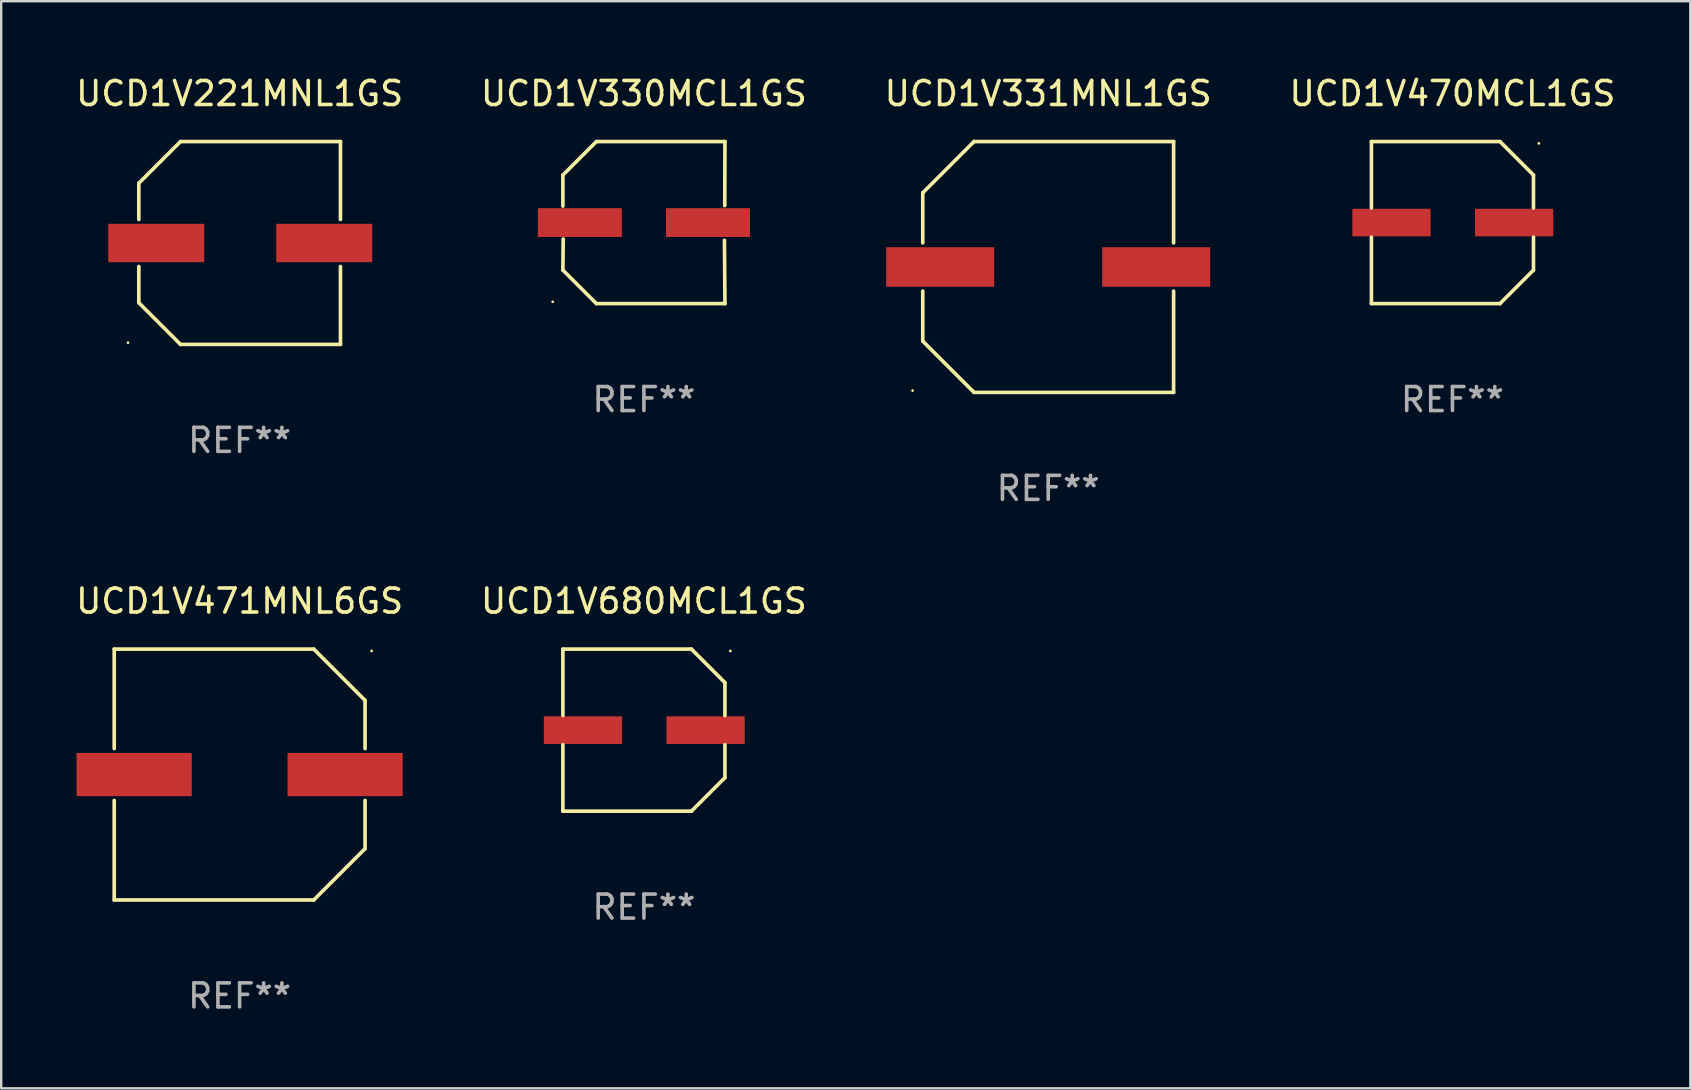
<source format=kicad_pcb>
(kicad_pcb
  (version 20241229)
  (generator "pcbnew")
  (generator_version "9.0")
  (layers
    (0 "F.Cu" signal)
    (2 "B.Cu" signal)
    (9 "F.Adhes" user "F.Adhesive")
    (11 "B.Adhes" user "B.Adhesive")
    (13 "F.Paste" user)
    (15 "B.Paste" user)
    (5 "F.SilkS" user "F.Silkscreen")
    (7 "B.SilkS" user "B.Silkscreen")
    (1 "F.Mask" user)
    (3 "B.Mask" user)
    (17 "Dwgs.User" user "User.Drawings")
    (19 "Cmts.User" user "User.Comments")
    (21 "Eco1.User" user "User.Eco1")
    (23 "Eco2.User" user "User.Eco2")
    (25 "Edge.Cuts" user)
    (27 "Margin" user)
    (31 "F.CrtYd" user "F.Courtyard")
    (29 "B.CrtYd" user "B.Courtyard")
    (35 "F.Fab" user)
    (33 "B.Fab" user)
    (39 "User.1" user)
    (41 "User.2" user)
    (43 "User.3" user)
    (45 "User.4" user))
  (footprint "UCD1V331MNL1GS"
    (layer "F.Cu")
    (at 40.625 8.074)
    (property "Reference" "UCD1V331MNL1GS" (at 0 -7.226 0) (layer "F.SilkS") (effects (font (size 1 1) (thickness 0.15))))
    (attr through_hole)
    (fp_line (start -5.226 -3.09) (end -5.226 -1.005) (stroke (width 0.152) (type solid)) (layer "F.SilkS"))
    (fp_line (start -5.226 1.005) (end -5.226 3.09) (stroke (width 0.152) (type solid)) (layer "F.SilkS"))
    (fp_line (start -3.09 -5.226) (end -5.226 -3.09) (stroke (width 0.152) (type solid)) (layer "F.SilkS"))
    (fp_line (start -3.09 5.226) (end -5.226 3.09) (stroke (width 0.152) (type solid)) (layer "F.SilkS"))
    (fp_line (start 5.226 -5.226) (end -3.09 -5.226) (stroke (width 0.152) (type solid)) (layer "F.SilkS"))
    (fp_line (start 5.226 -1.005) (end 5.226 -5.226) (stroke (width 0.152) (type solid)) (layer "F.SilkS"))
    (fp_line (start 5.226 5.226) (end -3.09 5.226) (stroke (width 0.152) (type solid)) (layer "F.SilkS"))
    (fp_line (start 5.226 5.226) (end 5.226 1.005) (stroke (width 0.152) (type solid)) (layer "F.SilkS"))
    (fp_circle (center -5.65 5.15) (end -5.62 5.15) (stroke (width 0.06) (type solid)) (fill no) (layer "F.SilkS"))
    (fp_text user "REF**" (at 0 9.226 0) (layer "F.Fab") (effects (font (size 1 1) (thickness 0.15))))
    (pad "1" smd rect (at -4.5 0) (size 4.5 1.65) (layers "F.Cu" "F.Mask" "F.Paste"))
    (pad "2" smd rect (at 4.5 0) (size 4.5 1.65) (layers "F.Cu" "F.Mask" "F.Paste")))
  (footprint "UCD1V330MCL1GS"
    (layer "F.Cu")
    (at 23.78 6.224)
    (property "Reference" "UCD1V330MCL1GS" (at 0 -5.376 0) (layer "F.SilkS") (effects (font (size 1 1) (thickness 0.15))))
    (attr through_hole)
    (fp_line (start -3.376 -1.98) (end -3.376 -0.686) (stroke (width 0.152) (type solid)) (layer "F.SilkS"))
    (fp_line (start -3.376 1.981) (end -3.362 0.686) (stroke (width 0.152) (type solid)) (layer "F.SilkS"))
    (fp_line (start -1.981 3.376) (end -3.376 1.981) (stroke (width 0.152) (type solid)) (layer "F.SilkS"))
    (fp_line (start -1.98 -3.376) (end -3.376 -1.98) (stroke (width 0.152) (type solid)) (layer "F.SilkS"))
    (fp_line (start 3.356 0.74) (end 3.376 3.376) (stroke (width 0.152) (type solid)) (layer "F.SilkS"))
    (fp_line (start 3.369 -0.707) (end 3.376 -3.376) (stroke (width 0.152) (type solid)) (layer "F.SilkS"))
    (fp_line (start 3.376 3.376) (end -1.981 3.376) (stroke (width 0.152) (type solid)) (layer "F.SilkS"))
    (fp_line (start 3.376 -3.376) (end -1.98 -3.376) (stroke (width 0.152) (type solid)) (layer "F.SilkS"))
    (fp_circle (center -3.8 3.3) (end -3.77 3.3) (stroke (width 0.06) (type solid)) (fill no) (layer "F.SilkS"))
    (fp_text user "REF**" (at 0 7.376 0) (layer "F.Fab") (effects (font (size 1 1) (thickness 0.15))))
    (pad "1" smd rect (at -2.67 0.000203) (size 3.5 1.2) (layers "F.Cu" "F.Mask" "F.Paste"))
    (pad "2" smd rect (at 2.67 0.000203) (size 3.5 1.2) (layers "F.Cu" "F.Mask" "F.Paste")))
  (footprint "UCD1V221MNL1GS"
    (layer "F.Cu")
    (at 6.935 7.074)
    (property "Reference" "UCD1V221MNL1GS" (at 0 -6.226 0) (layer "F.SilkS") (effects (font (size 1 1) (thickness 0.15))))
    (attr through_hole)
    (fp_line (start -4.201 -0.98) (end -4.201 -2.49) (stroke (width 0.152) (type solid)) (layer "F.SilkS"))
    (fp_line (start -4.201 2.49) (end -4.201 0.98) (stroke (width 0.152) (type solid)) (layer "F.SilkS"))
    (fp_line (start -2.465 -4.226) (end -4.201 -2.49) (stroke (width 0.152) (type solid)) (layer "F.SilkS"))
    (fp_line (start -2.465 4.226) (end -4.201 2.49) (stroke (width 0.152) (type solid)) (layer "F.SilkS"))
    (fp_line (start 4.201 -4.226) (end -2.465 -4.226) (stroke (width 0.152) (type solid)) (layer "F.SilkS"))
    (fp_line (start 4.201 -4.226) (end 4.201 -0.98) (stroke (width 0.152) (type solid)) (layer "F.SilkS"))
    (fp_line (start 4.201 0.98) (end 4.201 4.226) (stroke (width 0.152) (type solid)) (layer "F.SilkS"))
    (fp_line (start 4.201 4.226) (end -2.465 4.226) (stroke (width 0.152) (type solid)) (layer "F.SilkS"))
    (fp_circle (center -4.651 4.152) (end -4.621 4.152) (stroke (width 0.06) (type solid)) (fill no) (layer "F.SilkS"))
    (fp_text user "REF**" (at 0 8.226 0) (layer "F.Fab") (effects (font (size 1 1) (thickness 0.15))))
    (pad "1" smd rect (at -3.475 0.000076) (size 4 1.6) (layers "F.Cu" "F.Mask" "F.Paste"))
    (pad "2" smd rect (at 3.525 0.000076) (size 4 1.6) (layers "F.Cu" "F.Mask" "F.Paste")))
  (footprint "UCD1V471MNL6GS"
    (layer "F.Cu")
    (at 6.935 29.223)
    (property "Reference" "UCD1V471MNL6GS" (at 0 -7.226 0) (layer "F.SilkS") (effects (font (size 1 1) (thickness 0.15))))
    (attr through_hole)
    (fp_line (start -5.226 -5.226) (end -5.226 -1.08) (stroke (width 0.152) (type solid)) (layer "F.SilkS"))
    (fp_line (start -5.226 -5.226) (end 3.09 -5.226) (stroke (width 0.152) (type solid)) (layer "F.SilkS"))
    (fp_line (start -5.226 1.08) (end -5.226 5.226) (stroke (width 0.152) (type solid)) (layer "F.SilkS"))
    (fp_line (start -5.226 5.226) (end 3.09 5.226) (stroke (width 0.152) (type solid)) (layer "F.SilkS"))
    (fp_line (start 3.09 -5.226) (end 5.226 -3.09) (stroke (width 0.152) (type solid)) (layer "F.SilkS"))
    (fp_line (start 3.09 5.226) (end 5.226 3.09) (stroke (width 0.152) (type solid)) (layer "F.SilkS"))
    (fp_line (start 5.226 -1.08) (end 5.226 -3.09) (stroke (width 0.152) (type solid)) (layer "F.SilkS"))
    (fp_line (start 5.226 3.09) (end 5.226 1.08) (stroke (width 0.152) (type solid)) (layer "F.SilkS"))
    (fp_circle (center 5.5 -5.15) (end 5.53 -5.15) (stroke (width 0.06) (type solid)) (fill no) (layer "F.SilkS"))
    (fp_text user "REF**" (at 0 9.226 0) (layer "F.Fab") (effects (font (size 1 1) (thickness 0.15))))
    (pad "1" smd rect (at 4.395 0 180) (size 4.8 1.8) (layers "F.Cu" "F.Mask" "F.Paste"))
    (pad "2" smd rect (at -4.395 0 180) (size 4.8 1.8) (layers "F.Cu" "F.Mask" "F.Paste")))
  (footprint "UCD1V470MCL1GS"
    (layer "F.Cu")
    (at 57.47 6.224)
    (property "Reference" "UCD1V470MCL1GS" (at 0 -5.376 0) (layer "F.SilkS") (effects (font (size 1 1) (thickness 0.15))))
    (attr through_hole)
    (fp_line (start -3.376 -3.376) (end 1.98 -3.376) (stroke (width 0.152) (type solid)) (layer "F.SilkS"))
    (fp_line (start -3.376 -0.607) (end -3.376 -3.376) (stroke (width 0.152) (type solid)) (layer "F.SilkS"))
    (fp_line (start -3.376 0.607) (end -3.376 3.376) (stroke (width 0.152) (type solid)) (layer "F.SilkS"))
    (fp_line (start -3.376 3.376) (end 1.98 3.376) (stroke (width 0.152) (type solid)) (layer "F.SilkS"))
    (fp_line (start 1.98 -3.376) (end 3.376 -1.98) (stroke (width 0.152) (type solid)) (layer "F.SilkS"))
    (fp_line (start 1.98 3.376) (end 3.376 1.98) (stroke (width 0.152) (type solid)) (layer "F.SilkS"))
    (fp_line (start 3.376 -1.98) (end 3.376 -0.607) (stroke (width 0.152) (type solid)) (layer "F.SilkS"))
    (fp_line (start 3.376 1.98) (end 3.376 0.607) (stroke (width 0.152) (type solid)) (layer "F.SilkS"))
    (fp_circle (center 3.6 -3.3) (end 3.63 -3.3) (stroke (width 0.06) (type solid)) (fill no) (layer "F.SilkS"))
    (fp_text user "REF**" (at 0 7.376 0) (layer "F.Fab") (effects (font (size 1 1) (thickness 0.15))))
    (pad "1" smd rect (at 2.57 0 180) (size 3.26 1.15) (layers "F.Cu" "F.Mask" "F.Paste"))
    (pad "2" smd rect (at -2.54 0 180) (size 3.26 1.15) (layers "F.Cu" "F.Mask" "F.Paste")))
  (footprint "UCD1V680MCL1GS"
    (layer "F.Cu")
    (at 23.78 27.373)
    (property "Reference" "UCD1V680MCL1GS" (at 0 -5.376 0) (layer "F.SilkS") (effects (font (size 1 1) (thickness 0.15))))
    (attr through_hole)
    (fp_line (start -3.376 -3.376) (end 1.98 -3.376) (stroke (width 0.152) (type solid)) (layer "F.SilkS"))
    (fp_line (start -3.376 -0.607) (end -3.376 -3.376) (stroke (width 0.152) (type solid)) (layer "F.SilkS"))
    (fp_line (start -3.376 0.607) (end -3.376 3.376) (stroke (width 0.152) (type solid)) (layer "F.SilkS"))
    (fp_line (start -3.376 3.376) (end 1.98 3.376) (stroke (width 0.152) (type solid)) (layer "F.SilkS"))
    (fp_line (start 1.98 -3.376) (end 3.376 -1.98) (stroke (width 0.152) (type solid)) (layer "F.SilkS"))
    (fp_line (start 1.98 3.376) (end 3.376 1.98) (stroke (width 0.152) (type solid)) (layer "F.SilkS"))
    (fp_line (start 3.376 -1.98) (end 3.376 -0.607) (stroke (width 0.152) (type solid)) (layer "F.SilkS"))
    (fp_line (start 3.376 1.98) (end 3.376 0.607) (stroke (width 0.152) (type solid)) (layer "F.SilkS"))
    (fp_circle (center 3.6 -3.3) (end 3.63 -3.3) (stroke (width 0.06) (type solid)) (fill no) (layer "F.SilkS"))
    (fp_text user "REF**" (at 0 7.376 0) (layer "F.Fab") (effects (font (size 1 1) (thickness 0.15))))
    (pad "1" smd rect (at 2.57 0 180) (size 3.26 1.15) (layers "F.Cu" "F.Mask" "F.Paste"))
    (pad "2" smd rect (at -2.54 0 180) (size 3.26 1.15) (layers "F.Cu" "F.Mask" "F.Paste")))
  (gr_rect
    (start -3 -3)
    (end 67.381 42.298)
    (stroke (width 0.1) (type default))
    (fill no)
    (layer "Edge.Cuts")))
</source>
